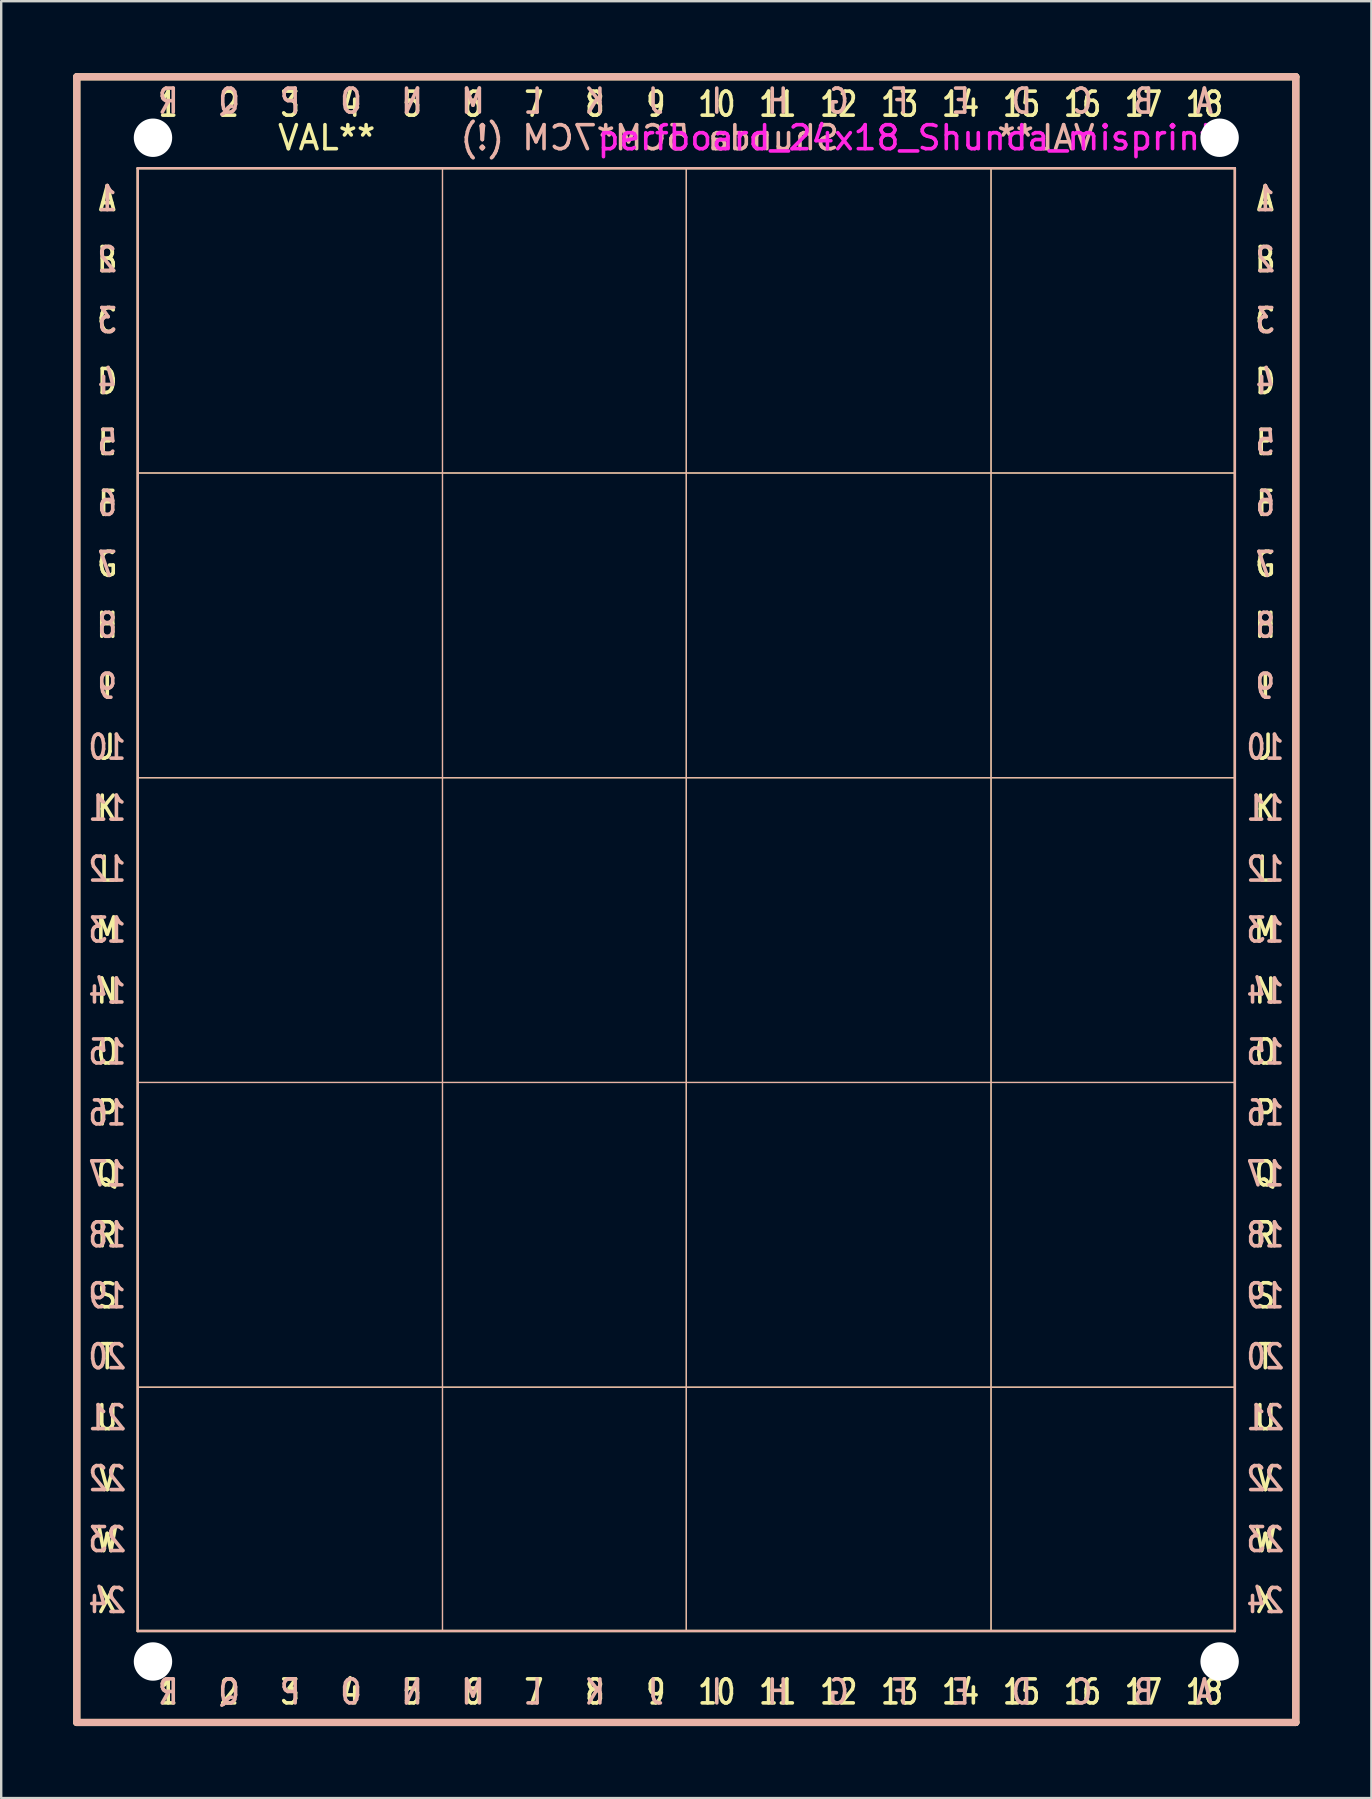
<source format=kicad_pcb>
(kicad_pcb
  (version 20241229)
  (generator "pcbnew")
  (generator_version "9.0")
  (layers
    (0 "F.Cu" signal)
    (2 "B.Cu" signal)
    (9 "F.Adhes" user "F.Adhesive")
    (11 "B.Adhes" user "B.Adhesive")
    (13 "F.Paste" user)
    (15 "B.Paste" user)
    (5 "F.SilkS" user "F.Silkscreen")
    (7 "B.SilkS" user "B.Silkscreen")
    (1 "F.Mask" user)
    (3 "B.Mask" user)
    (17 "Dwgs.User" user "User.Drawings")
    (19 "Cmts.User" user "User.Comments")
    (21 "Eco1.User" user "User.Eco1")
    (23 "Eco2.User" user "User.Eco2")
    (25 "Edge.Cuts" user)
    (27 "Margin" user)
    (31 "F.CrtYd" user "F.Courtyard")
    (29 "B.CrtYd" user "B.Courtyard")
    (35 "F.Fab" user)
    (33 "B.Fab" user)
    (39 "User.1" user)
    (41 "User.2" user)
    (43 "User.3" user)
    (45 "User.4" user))
  (footprint "perfboard_24x18_Shunda_misprint"
    (layer "F.Cu")
    (at 26.82 35.71)
    (property "Reference" "perfboard_24x18_Shunda_misprint" (at 7.874 -33.02 0) (layer "F.CrtYd") (effects (font (size 1 1) (thickness 0.15))))
    (attr exclude_from_pos_files exclude_from_bom)
    (fp_line (start -26.67 -35.56) (end 24.13 -35.56) (stroke (width 0.3) (type solid)) (layer "F.SilkS"))
    (fp_line (start -26.67 33.02) (end -26.67 -35.56) (stroke (width 0.3) (type solid)) (layer "F.SilkS"))
    (fp_line (start -24.13 -31.75) (end 21.59 -31.75) (stroke (width 0.1) (type solid)) (layer "F.SilkS"))
    (fp_line (start -24.13 -19.05) (end 21.59 -19.05) (stroke (width 0.05) (type solid)) (layer "F.SilkS"))
    (fp_line (start -24.13 -6.35) (end 21.59 -6.35) (stroke (width 0.05) (type solid)) (layer "F.SilkS"))
    (fp_line (start -24.13 6.35) (end 21.59 6.35) (stroke (width 0.05) (type solid)) (layer "F.SilkS"))
    (fp_line (start -24.13 19.05) (end 21.59 19.05) (stroke (width 0.05) (type solid)) (layer "F.SilkS"))
    (fp_line (start -24.13 29.21) (end -24.13 -31.75) (stroke (width 0.1) (type solid)) (layer "F.SilkS"))
    (fp_line (start -11.43 -31.75) (end -11.43 29.21) (stroke (width 0.05) (type solid)) (layer "F.SilkS"))
    (fp_line (start -1.27 -31.75) (end -1.27 29.21) (stroke (width 0.05) (type solid)) (layer "F.SilkS"))
    (fp_line (start 11.43 -31.75) (end 11.43 29.21) (stroke (width 0.05) (type solid)) (layer "F.SilkS"))
    (fp_line (start 21.59 -31.75) (end 21.59 29.21) (stroke (width 0.1) (type solid)) (layer "F.SilkS"))
    (fp_line (start 21.59 29.21) (end -24.13 29.21) (stroke (width 0.1) (type solid)) (layer "F.SilkS"))
    (fp_line (start 24.13 -35.56) (end 24.13 33.02) (stroke (width 0.3) (type solid)) (layer "F.SilkS"))
    (fp_line (start 24.13 33.02) (end -26.67 33.02) (stroke (width 0.3) (type solid)) (layer "F.SilkS"))
    (fp_line (start -26.67 -35.56) (end 24.13 -35.56) (stroke (width 0.3) (type solid)) (layer "B.SilkS"))
    (fp_line (start -26.67 33.02) (end -26.67 -35.56) (stroke (width 0.3) (type solid)) (layer "B.SilkS"))
    (fp_line (start -24.13 -31.75) (end 21.59 -31.75) (stroke (width 0.1) (type solid)) (layer "B.SilkS"))
    (fp_line (start -24.13 -19.05) (end 21.59 -19.05) (stroke (width 0.05) (type solid)) (layer "B.SilkS"))
    (fp_line (start -24.13 -6.35) (end 21.59 -6.35) (stroke (width 0.05) (type solid)) (layer "B.SilkS"))
    (fp_line (start -24.13 6.35) (end 21.59 6.35) (stroke (width 0.05) (type solid)) (layer "B.SilkS"))
    (fp_line (start -24.13 19.05) (end 21.59 19.05) (stroke (width 0.05) (type solid)) (layer "B.SilkS"))
    (fp_line (start -24.13 29.21) (end -24.13 -31.75) (stroke (width 0.1) (type solid)) (layer "B.SilkS"))
    (fp_line (start -11.43 -31.75) (end -11.43 29.21) (stroke (width 0.05) (type solid)) (layer "B.SilkS"))
    (fp_line (start -1.27 -31.75) (end -1.27 29.21) (stroke (width 0.05) (type solid)) (layer "B.SilkS"))
    (fp_line (start 11.43 -31.75) (end 11.43 29.21) (stroke (width 0.05) (type solid)) (layer "B.SilkS"))
    (fp_line (start 21.59 -31.75) (end 21.59 29.21) (stroke (width 0.1) (type solid)) (layer "B.SilkS"))
    (fp_line (start 21.59 29.21) (end -24.13 29.21) (stroke (width 0.1) (type solid)) (layer "B.SilkS"))
    (fp_line (start 24.13 -35.56) (end 24.13 33.02) (stroke (width 0.3) (type solid)) (layer "B.SilkS"))
    (fp_line (start 24.13 33.02) (end -26.67 33.02) (stroke (width 0.3) (type solid)) (layer "B.SilkS"))
    (fp_text user "5" (at -12.7 31.75 180) (layer "F.SilkS") (effects (font (size 1 0.8) (thickness 0.15))))
    (fp_text user "H" (at 22.86 -12.7 180) (layer "F.SilkS") (effects (font (size 1 0.8) (thickness 0.15))))
    (fp_text user "VAL**" (at -16.256 -33.02 0) (layer "F.SilkS") (effects (font (size 1 1) (thickness 0.15))))
    (fp_text user "T" (at -25.4 17.78 180) (layer "F.SilkS") (effects (font (size 1 0.8) (thickness 0.15))))
    (fp_text user "F" (at -25.4 -17.78 180) (layer "F.SilkS") (effects (font (size 1 0.8) (thickness 0.15))))
    (fp_text user "12" (at 5.08 -34.417 180) (layer "F.SilkS") (effects (font (size 1 0.8) (thickness 0.15))))
    (fp_text user "X" (at 22.86 27.94 180) (layer "F.SilkS") (effects (font (size 1 0.8) (thickness 0.15))))
    (fp_text user "14" (at 10.16 -34.417 180) (layer "F.SilkS") (effects (font (size 1 0.8) (thickness 0.15))))
    (fp_text user "M" (at 22.86 0 180) (layer "F.SilkS") (effects (font (size 1 0.8) (thickness 0.15))))
    (fp_text user "6" (at -10.16 31.75 180) (layer "F.SilkS") (effects (font (size 1 0.8) (thickness 0.15))))
    (fp_text user "A" (at 22.86 -30.48 180) (layer "F.SilkS") (effects (font (size 1 0.8) (thickness 0.15))))
    (fp_text user "5" (at -12.7 -34.417 180) (layer "F.SilkS") (effects (font (size 1 0.8) (thickness 0.15))))
    (fp_text user "13" (at 7.62 -34.417 180) (layer "F.SilkS") (effects (font (size 1 0.8) (thickness 0.15))))
    (fp_text user "D" (at -25.4 -22.86 180) (layer "F.SilkS") (effects (font (size 1 0.8) (thickness 0.15))))
    (fp_text user "W" (at -25.4 25.4 180) (layer "F.SilkS") (effects (font (size 1 0.8) (thickness 0.15))))
    (fp_text user "C" (at -25.4 -25.4 180) (layer "F.SilkS") (effects (font (size 1 0.8) (thickness 0.15))))
    (fp_text user "J" (at 22.86 -7.62 180) (layer "F.SilkS") (effects (font (size 1 0.8) (thickness 0.15))))
    (fp_text user "V" (at -25.4 22.86 180) (layer "F.SilkS") (effects (font (size 1 0.8) (thickness 0.15))))
    (fp_text user "2" (at -20.32 -34.417 180) (layer "F.SilkS") (effects (font (size 1 0.8) (thickness 0.15))))
    (fp_text user "14" (at 10.16 31.75 180) (layer "F.SilkS") (effects (font (size 1 0.8) (thickness 0.15))))
    (fp_text user "10" (at 0 31.75 180) (layer "F.SilkS") (effects (font (size 1 0.8) (thickness 0.15))))
    (fp_text user "1" (at -22.86 -34.417 180) (layer "F.SilkS") (effects (font (size 1 0.8) (thickness 0.15))))
    (fp_text user "4" (at -15.24 -34.417 180) (layer "F.SilkS") (effects (font (size 1 0.8) (thickness 0.15))))
    (fp_text user "N" (at 22.86 2.54 180) (layer "F.SilkS") (effects (font (size 1 0.8) (thickness 0.15))))
    (fp_text user "K" (at 22.86 -5.08 180) (layer "F.SilkS") (effects (font (size 1 0.8) (thickness 0.15))))
    (fp_text user "11" (at 2.54 31.75 180) (layer "F.SilkS") (effects (font (size 1 0.8) (thickness 0.15))))
    (fp_text user "A" (at -25.4 -30.48 180) (layer "F.SilkS") (effects (font (size 1 0.8) (thickness 0.15))))
    (fp_text user "4" (at -15.24 31.75 180) (layer "F.SilkS") (effects (font (size 1 0.8) (thickness 0.15))))
    (fp_text user "7" (at -7.62 31.75 180) (layer "F.SilkS") (effects (font (size 1 0.8) (thickness 0.15))))
    (fp_text user "Q" (at -25.4 10.16 180) (layer "F.SilkS") (effects (font (size 1 0.8) (thickness 0.15))))
    (fp_text user "F" (at 22.86 -17.78 180) (layer "F.SilkS") (effects (font (size 1 0.8) (thickness 0.15))))
    (fp_text user "Q" (at 22.86 10.16 180) (layer "F.SilkS") (effects (font (size 1 0.8) (thickness 0.15))))
    (fp_text user "10" (at 0 -34.417 180) (layer "F.SilkS") (effects (font (size 1 0.8) (thickness 0.15))))
    (fp_text user "S" (at -25.4 15.24 180) (layer "F.SilkS") (effects (font (size 1 0.8) (thickness 0.15))))
    (fp_text user "E" (at 22.86 -20.32 180) (layer "F.SilkS") (effects (font (size 1 0.8) (thickness 0.15))))
    (fp_text user "15" (at 12.7 31.75 180) (layer "F.SilkS") (effects (font (size 1 0.8) (thickness 0.15))))
    (fp_text user "17" (at 17.78 31.75 180) (layer "F.SilkS") (effects (font (size 1 0.8) (thickness 0.15))))
    (fp_text user "E" (at -25.4 -20.32 180) (layer "F.SilkS") (effects (font (size 1 0.8) (thickness 0.15))))
    (fp_text user "P" (at 22.86 7.62 180) (layer "F.SilkS") (effects (font (size 1 0.8) (thickness 0.15))))
    (fp_text user "O" (at 22.86 5.08 180) (layer "F.SilkS") (effects (font (size 1 0.8) (thickness 0.15))))
    (fp_text user "S" (at 22.86 15.24 180) (layer "F.SilkS") (effects (font (size 1 0.8) (thickness 0.15))))
    (fp_text user "U" (at 22.86 20.32 180) (layer "F.SilkS") (effects (font (size 1 0.8) (thickness 0.15))))
    (fp_text user "P" (at -25.4 7.62 180) (layer "F.SilkS") (effects (font (size 1 0.8) (thickness 0.15))))
    (fp_text user "T" (at 22.86 17.78 180) (layer "F.SilkS") (effects (font (size 1 0.8) (thickness 0.15))))
    (fp_text user "U" (at -25.4 20.32 180) (layer "F.SilkS") (effects (font (size 1 0.8) (thickness 0.15))))
    (fp_text user "3" (at -17.78 31.75 180) (layer "F.SilkS") (effects (font (size 1 0.8) (thickness 0.15))))
    (fp_text user "M" (at -25.4 0 180) (layer "F.SilkS") (effects (font (size 1 0.8) (thickness 0.15))))
    (fp_text user "1" (at -22.86 31.75 180) (layer "F.SilkS") (effects (font (size 1 0.8) (thickness 0.15))))
    (fp_text user "H" (at -25.4 -12.7 180) (layer "F.SilkS") (effects (font (size 1 0.8) (thickness 0.15))))
    (fp_text user "I" (at 22.86 -10.16 180) (layer "F.SilkS") (effects (font (size 1 0.8) (thickness 0.15))))
    (fp_text user "7" (at -7.62 -34.417 180) (layer "F.SilkS") (effects (font (size 1 0.8) (thickness 0.15))))
    (fp_text user "J" (at -25.4 -7.62 180) (layer "F.SilkS") (effects (font (size 1 0.8) (thickness 0.15))))
    (fp_text user "D" (at 22.86 -22.86 180) (layer "F.SilkS") (effects (font (size 1 0.8) (thickness 0.15))))
    (fp_text user "X" (at -25.4 27.94 180) (layer "F.SilkS") (effects (font (size 1 0.8) (thickness 0.15))))
    (fp_text user "18" (at 20.32 31.75 180) (layer "F.SilkS") (effects (font (size 1 0.8) (thickness 0.15))))
    (fp_text user "3" (at -17.78 -34.417 180) (layer "F.SilkS") (effects (font (size 1 0.8) (thickness 0.15))))
    (fp_text user "I" (at -25.4 -10.16 180) (layer "F.SilkS") (effects (font (size 1 0.8) (thickness 0.15))))
    (fp_text user "V" (at 22.86 22.86 180) (layer "F.SilkS") (effects (font (size 1 0.8) (thickness 0.15))))
    (fp_text user "15" (at 12.7 -34.417 180) (layer "F.SilkS") (effects (font (size 1 0.8) (thickness 0.15))))
    (fp_text user "9" (at -2.54 31.75 180) (layer "F.SilkS") (effects (font (size 1 0.8) (thickness 0.15))))
    (fp_text user "B" (at 22.86 -27.94 180) (layer "F.SilkS") (effects (font (size 1 0.8) (thickness 0.15))))
    (fp_text user "W" (at 22.86 25.4 180) (layer "F.SilkS") (effects (font (size 1 0.8) (thickness 0.15))))
    (fp_text user "B" (at -25.4 -27.94 180) (layer "F.SilkS") (effects (font (size 1 0.8) (thickness 0.15))))
    (fp_text user "18" (at 20.32 -34.417 180) (layer "F.SilkS") (effects (font (size 1 0.8) (thickness 0.15))))
    (fp_text user "K" (at -25.4 -5.08 180) (layer "F.SilkS") (effects (font (size 1 0.8) (thickness 0.15))))
    (fp_text user "L" (at -25.4 -2.54 180) (layer "F.SilkS") (effects (font (size 1 0.8) (thickness 0.15))))
    (fp_text user "12" (at 5.08 31.75 180) (layer "F.SilkS") (effects (font (size 1 0.8) (thickness 0.15))))
    (fp_text user "R" (at -25.4 12.7 180) (layer "F.SilkS") (effects (font (size 1 0.8) (thickness 0.15))))
    (fp_text user "G" (at -25.4 -15.24 180) (layer "F.SilkS") (effects (font (size 1 0.8) (thickness 0.15))))
    (fp_text user "16" (at 15.24 31.75 180) (layer "F.SilkS") (effects (font (size 1 0.8) (thickness 0.15))))
    (fp_text user "8" (at -5.08 -34.417 180) (layer "F.SilkS") (effects (font (size 1 0.8) (thickness 0.15))))
    (fp_text user "N" (at -25.4 2.54 180) (layer "F.SilkS") (effects (font (size 1 0.8) (thickness 0.15))))
    (fp_text user "2" (at -20.32 31.75 180) (layer "F.SilkS") (effects (font (size 1 0.8) (thickness 0.15))))
    (fp_text user "C" (at 22.86 -25.4 180) (layer "F.SilkS") (effects (font (size 1 0.8) (thickness 0.15))))
    (fp_text user "O" (at -25.4 5.08 180) (layer "F.SilkS") (effects (font (size 1 0.8) (thickness 0.15))))
    (fp_text user "8" (at -5.08 31.75 180) (layer "F.SilkS") (effects (font (size 1 0.8) (thickness 0.15))))
    (fp_text user "16" (at 15.24 -34.417 180) (layer "F.SilkS") (effects (font (size 1 0.8) (thickness 0.15))))
    (fp_text user "R" (at 22.86 12.7 180) (layer "F.SilkS") (effects (font (size 1 0.8) (thickness 0.15))))
    (fp_text user "17" (at 17.78 -34.417 180) (layer "F.SilkS") (effects (font (size 1 0.8) (thickness 0.15))))
    (fp_text user "11" (at 2.54 -34.417 180) (layer "F.SilkS") (effects (font (size 1 0.8) (thickness 0.15))))
    (fp_text user "13" (at 7.62 31.75 180) (layer "F.SilkS") (effects (font (size 1 0.8) (thickness 0.15))))
    (fp_text user "G" (at 22.86 -15.24 180) (layer "F.SilkS") (effects (font (size 1 0.8) (thickness 0.15))))
    (fp_text user "L" (at 22.86 -2.54 180) (layer "F.SilkS") (effects (font (size 1 0.8) (thickness 0.15))))
    (fp_text user "6" (at -10.16 -34.417 180) (layer "F.SilkS") (effects (font (size 1 0.8) (thickness 0.15))))
    (fp_text user "9" (at -2.54 -34.417 180) (layer "F.SilkS") (effects (font (size 1 0.8) (thickness 0.15))))
    (fp_text user "B" (at 17.78 31.75 180) (layer "B.SilkS") (effects (font (size 1 0.8) (thickness 0.15)) (justify mirror)))
    (fp_text user "3" (at -25.4 -25.4 180) (layer "B.SilkS") (effects (font (size 1 0.8) (thickness 0.15)) (justify mirror)))
    (fp_text user "1" (at -25.4 -30.48 180) (layer "B.SilkS") (effects (font (size 1 0.8) (thickness 0.15)) (justify mirror)))
    (fp_text user "Q" (at -20.32 31.75 180) (layer "B.SilkS") (effects (font (size 1 0.8) (thickness 0.15)) (justify mirror)))
    (fp_text user "23" (at 22.86 25.4 180) (layer "B.SilkS") (effects (font (size 1 0.8) (thickness 0.15)) (justify mirror)))
    (fp_text user "O" (at -15.24 -34.544 180) (layer "B.SilkS") (effects (font (size 1 0.8) (thickness 0.15)) (justify mirror)))
    (fp_text user "K" (at -5.08 31.75 180) (layer "B.SilkS") (effects (font (size 1 0.8) (thickness 0.15)) (justify mirror)))
    (fp_text user "N" (at -12.7 -34.544 180) (layer "B.SilkS") (effects (font (size 1 0.8) (thickness 0.15)) (justify mirror)))
    (fp_text user "11" (at -25.4 -5.08 180) (layer "B.SilkS") (effects (font (size 1 0.8) (thickness 0.15)) (justify mirror)))
    (fp_text user "2" (at -25.4 -27.94 180) (layer "B.SilkS") (effects (font (size 1 0.8) (thickness 0.15)) (justify mirror)))
    (fp_text user "I" (at 0 -34.544 180) (layer "B.SilkS") (effects (font (size 1 0.8) (thickness 0.15)) (justify mirror)))
    (fp_text user "14" (at -25.4 2.54 180) (layer "B.SilkS") (effects (font (size 1 0.8) (thickness 0.15)) (justify mirror)))
    (fp_text user "20" (at -25.4 17.78 180) (layer "B.SilkS") (effects (font (size 1 0.8) (thickness 0.15)) (justify mirror)))
    (fp_text user "12" (at 22.86 -2.54 180) (layer "B.SilkS") (effects (font (size 1 0.8) (thickness 0.15)) (justify mirror)))
    (fp_text user "VAL**" (at 13.716 -33.02 0) (layer "B.SilkS") (effects (font (size 1 1) (thickness 0.15)) (justify mirror)))
    (fp_text user "20" (at 22.86 17.78 180) (layer "B.SilkS") (effects (font (size 1 0.8) (thickness 0.15)) (justify mirror)))
    (fp_text user "13" (at 22.86 0 180) (layer "B.SilkS") (effects (font (size 1 0.8) (thickness 0.15)) (justify mirror)))
    (fp_text user "Shunda 5CM*7CM (!)" (at -2.794 -33.02 0) (layer "B.SilkS") (effects (font (size 1 1) (thickness 0.15)) (justify mirror)))
    (fp_text user "G" (at 5.08 31.75 180) (layer "B.SilkS") (effects (font (size 1 0.8) (thickness 0.15)) (justify mirror)))
    (fp_text user "15" (at 22.86 5.08 180) (layer "B.SilkS") (effects (font (size 1 0.8) (thickness 0.15)) (justify mirror)))
    (fp_text user "8" (at -25.4 -12.7 180) (layer "B.SilkS") (effects (font (size 1 0.8) (thickness 0.15)) (justify mirror)))
    (fp_text user "13" (at -25.4 0 180) (layer "B.SilkS") (effects (font (size 1 0.8) (thickness 0.15)) (justify mirror)))
    (fp_text user "24" (at -25.4 27.94 180) (layer "B.SilkS") (effects (font (size 1 0.8) (thickness 0.15)) (justify mirror)))
    (fp_text user "J" (at -2.54 -34.544 180) (layer "B.SilkS") (effects (font (size 1 0.8) (thickness 0.15)) (justify mirror)))
    (fp_text user "16" (at -25.4 7.62 180) (layer "B.SilkS") (effects (font (size 1 0.8) (thickness 0.15)) (justify mirror)))
    (fp_text user "3" (at 22.86 -25.4 180) (layer "B.SilkS") (effects (font (size 1 0.8) (thickness 0.15)) (justify mirror)))
    (fp_text user "15" (at -25.4 5.08 180) (layer "B.SilkS") (effects (font (size 1 0.8) (thickness 0.15)) (justify mirror)))
    (fp_text user "12" (at -25.4 -2.54 180) (layer "B.SilkS") (effects (font (size 1 0.8) (thickness 0.15)) (justify mirror)))
    (fp_text user "22" (at 22.86 22.86 180) (layer "B.SilkS") (effects (font (size 1 0.8) (thickness 0.15)) (justify mirror)))
    (fp_text user "18" (at -25.4 12.7 180) (layer "B.SilkS") (effects (font (size 1 0.8) (thickness 0.15)) (justify mirror)))
    (fp_text user "5" (at -25.4 -20.32 180) (layer "B.SilkS") (effects (font (size 1 0.8) (thickness 0.15)) (justify mirror)))
    (fp_text user "R" (at -22.86 -34.544 180) (layer "B.SilkS") (effects (font (size 1 0.8) (thickness 0.15)) (justify mirror)))
    (fp_text user "4" (at -25.4 -22.86 180) (layer "B.SilkS") (effects (font (size 1 0.8) (thickness 0.15)) (justify mirror)))
    (fp_text user "24" (at 22.86 27.94 180) (layer "B.SilkS") (effects (font (size 1 0.8) (thickness 0.15)) (justify mirror)))
    (fp_text user "7" (at 22.86 -15.24 180) (layer "B.SilkS") (effects (font (size 1 0.8) (thickness 0.15)) (justify mirror)))
    (fp_text user "P" (at -17.78 31.75 180) (layer "B.SilkS") (effects (font (size 1 0.8) (thickness 0.15)) (justify mirror)))
    (fp_text user "22" (at -25.4 22.86 180) (layer "B.SilkS") (effects (font (size 1 0.8) (thickness 0.15)) (justify mirror)))
    (fp_text user "19" (at -25.4 15.24 180) (layer "B.SilkS") (effects (font (size 1 0.8) (thickness 0.15)) (justify mirror)))
    (fp_text user "21" (at -25.4 20.32 180) (layer "B.SilkS") (effects (font (size 1 0.8) (thickness 0.15)) (justify mirror)))
    (fp_text user "11" (at 22.86 -5.08 180) (layer "B.SilkS") (effects (font (size 1 0.8) (thickness 0.15)) (justify mirror)))
    (fp_text user "17" (at -25.4 10.16 180) (layer "B.SilkS") (effects (font (size 1 0.8) (thickness 0.15)) (justify mirror)))
    (fp_text user "21" (at 22.86 20.32 180) (layer "B.SilkS") (effects (font (size 1 0.8) (thickness 0.15)) (justify mirror)))
    (fp_text user "6" (at -25.4 -17.78 180) (layer "B.SilkS") (effects (font (size 1 0.8) (thickness 0.15)) (justify mirror)))
    (fp_text user "9" (at 22.86 -10.16 180) (layer "B.SilkS") (effects (font (size 1 0.8) (thickness 0.15)) (justify mirror)))
    (fp_text user "R" (at -22.86 31.75 180) (layer "B.SilkS") (effects (font (size 1 0.8) (thickness 0.15)) (justify mirror)))
    (fp_text user "H" (at 2.54 -34.544 180) (layer "B.SilkS") (effects (font (size 1 0.8) (thickness 0.15)) (justify mirror)))
    (fp_text user "D" (at 12.7 -34.544 180) (layer "B.SilkS") (effects (font (size 1 0.8) (thickness 0.15)) (justify mirror)))
    (fp_text user "G" (at 5.08 -34.544 180) (layer "B.SilkS") (effects (font (size 1 0.8) (thickness 0.15)) (justify mirror)))
    (fp_text user "J" (at -2.54 31.75 180) (layer "B.SilkS") (effects (font (size 1 0.8) (thickness 0.15)) (justify mirror)))
    (fp_text user "M" (at -10.16 31.75 180) (layer "B.SilkS") (effects (font (size 1 0.8) (thickness 0.15)) (justify mirror)))
    (fp_text user "2" (at 22.86 -27.94 180) (layer "B.SilkS") (effects (font (size 1 0.8) (thickness 0.15)) (justify mirror)))
    (fp_text user "5" (at 22.86 -20.32 180) (layer "B.SilkS") (effects (font (size 1 0.8) (thickness 0.15)) (justify mirror)))
    (fp_text user "I" (at 0 31.75 180) (layer "B.SilkS") (effects (font (size 1 0.8) (thickness 0.15)) (justify mirror)))
    (fp_text user "17" (at 22.86 10.16 180) (layer "B.SilkS") (effects (font (size 1 0.8) (thickness 0.15)) (justify mirror)))
    (fp_text user "D" (at 12.7 31.75 180) (layer "B.SilkS") (effects (font (size 1 0.8) (thickness 0.15)) (justify mirror)))
    (fp_text user "A" (at 20.32 -34.544 180) (layer "B.SilkS") (effects (font (size 1 0.8) (thickness 0.15)) (justify mirror)))
    (fp_text user "23" (at -25.4 25.4 180) (layer "B.SilkS") (effects (font (size 1 0.8) (thickness 0.15)) (justify mirror)))
    (fp_text user "4" (at 22.86 -22.86 180) (layer "B.SilkS") (effects (font (size 1 0.8) (thickness 0.15)) (justify mirror)))
    (fp_text user "14" (at 22.86 2.54 180) (layer "B.SilkS") (effects (font (size 1 0.8) (thickness 0.15)) (justify mirror)))
    (fp_text user "L" (at -7.62 -34.544 180) (layer "B.SilkS") (effects (font (size 1 0.8) (thickness 0.15)) (justify mirror)))
    (fp_text user "B" (at 17.78 -34.544 180) (layer "B.SilkS") (effects (font (size 1 0.8) (thickness 0.15)) (justify mirror)))
    (fp_text user "A" (at 20.32 31.75 180) (layer "B.SilkS") (effects (font (size 1 0.8) (thickness 0.15)) (justify mirror)))
    (fp_text user "18" (at 22.86 12.7 180) (layer "B.SilkS") (effects (font (size 1 0.8) (thickness 0.15)) (justify mirror)))
    (fp_text user "1" (at 22.86 -30.48 180) (layer "B.SilkS") (effects (font (size 1 0.8) (thickness 0.15)) (justify mirror)))
    (fp_text user "7" (at -25.4 -15.24 180) (layer "B.SilkS") (effects (font (size 1 0.8) (thickness 0.15)) (justify mirror)))
    (fp_text user "10" (at 22.86 -7.62 180) (layer "B.SilkS") (effects (font (size 1 0.8) (thickness 0.15)) (justify mirror)))
    (fp_text user "C" (at 15.24 31.75 180) (layer "B.SilkS") (effects (font (size 1 0.8) (thickness 0.15)) (justify mirror)))
    (fp_text user "O" (at -15.24 31.75 180) (layer "B.SilkS") (effects (font (size 1 0.8) (thickness 0.15)) (justify mirror)))
    (fp_text user "P" (at -17.78 -34.544 180) (layer "B.SilkS") (effects (font (size 1 0.8) (thickness 0.15)) (justify mirror)))
    (fp_text user "N" (at -12.7 31.75 180) (layer "B.SilkS") (effects (font (size 1 0.8) (thickness 0.15)) (justify mirror)))
    (fp_text user "H" (at 2.54 31.75 180) (layer "B.SilkS") (effects (font (size 1 0.8) (thickness 0.15)) (justify mirror)))
    (fp_text user "19" (at 22.86 15.24 180) (layer "B.SilkS") (effects (font (size 1 0.8) (thickness 0.15)) (justify mirror)))
    (fp_text user "F" (at 7.62 31.75 180) (layer "B.SilkS") (effects (font (size 1 0.8) (thickness 0.15)) (justify mirror)))
    (fp_text user "K" (at -5.08 -34.544 180) (layer "B.SilkS") (effects (font (size 1 0.8) (thickness 0.15)) (justify mirror)))
    (fp_text user "6" (at 22.86 -17.78 180) (layer "B.SilkS") (effects (font (size 1 0.8) (thickness 0.15)) (justify mirror)))
    (fp_text user "10" (at -25.4 -7.62 180) (layer "B.SilkS") (effects (font (size 1 0.8) (thickness 0.15)) (justify mirror)))
    (fp_text user "E" (at 10.16 31.75 180) (layer "B.SilkS") (effects (font (size 1 0.8) (thickness 0.15)) (justify mirror)))
    (fp_text user "F" (at 7.62 -34.544 180) (layer "B.SilkS") (effects (font (size 1 0.8) (thickness 0.15)) (justify mirror)))
    (fp_text user "M" (at -10.16 -34.544 180) (layer "B.SilkS") (effects (font (size 1 0.8) (thickness 0.15)) (justify mirror)))
    (fp_text user "Q" (at -20.32 -34.544 180) (layer "B.SilkS") (effects (font (size 1 0.8) (thickness 0.15)) (justify mirror)))
    (fp_text user "16" (at 22.86 7.62 180) (layer "B.SilkS") (effects (font (size 1 0.8) (thickness 0.15)) (justify mirror)))
    (fp_text user "L" (at -7.62 31.75 180) (layer "B.SilkS") (effects (font (size 1 0.8) (thickness 0.15)) (justify mirror)))
    (fp_text user "8" (at 22.86 -12.7 180) (layer "B.SilkS") (effects (font (size 1 0.8) (thickness 0.15)) (justify mirror)))
    (fp_text user "9" (at -25.4 -10.16 180) (layer "B.SilkS") (effects (font (size 1 0.8) (thickness 0.15)) (justify mirror)))
    (fp_text user "C" (at 15.24 -34.544 180) (layer "B.SilkS") (effects (font (size 1 0.8) (thickness 0.15)) (justify mirror)))
    (fp_text user "E" (at 10.16 -34.544 180) (layer "B.SilkS") (effects (font (size 1 0.8) (thickness 0.15)) (justify mirror)))
    (pad "" np_thru_hole circle (at -23.495 -33.02 180) (size 1.6 1.6) (drill 1.6) (layers "*.Cu" "*.Mask"))
    (pad "" np_thru_hole circle (at -23.495 30.48 180) (size 1.6 1.6) (drill 1.6) (layers "*.Cu" "*.Mask"))
    (pad "" np_thru_hole circle (at 20.955 -33.02 180) (size 1.6 1.6) (drill 1.6) (layers "*.Cu" "*.Mask"))
    (pad "" np_thru_hole circle (at 20.955 30.48 180) (size 1.6 1.6) (drill 1.6) (layers "*.Cu" "*.Mask")))
  (gr_rect
    (start -3 -3)
    (end 54.1 71.88)
    (stroke (width 0.1) (type default))
    (fill no)
    (layer "Edge.Cuts")))
</source>
